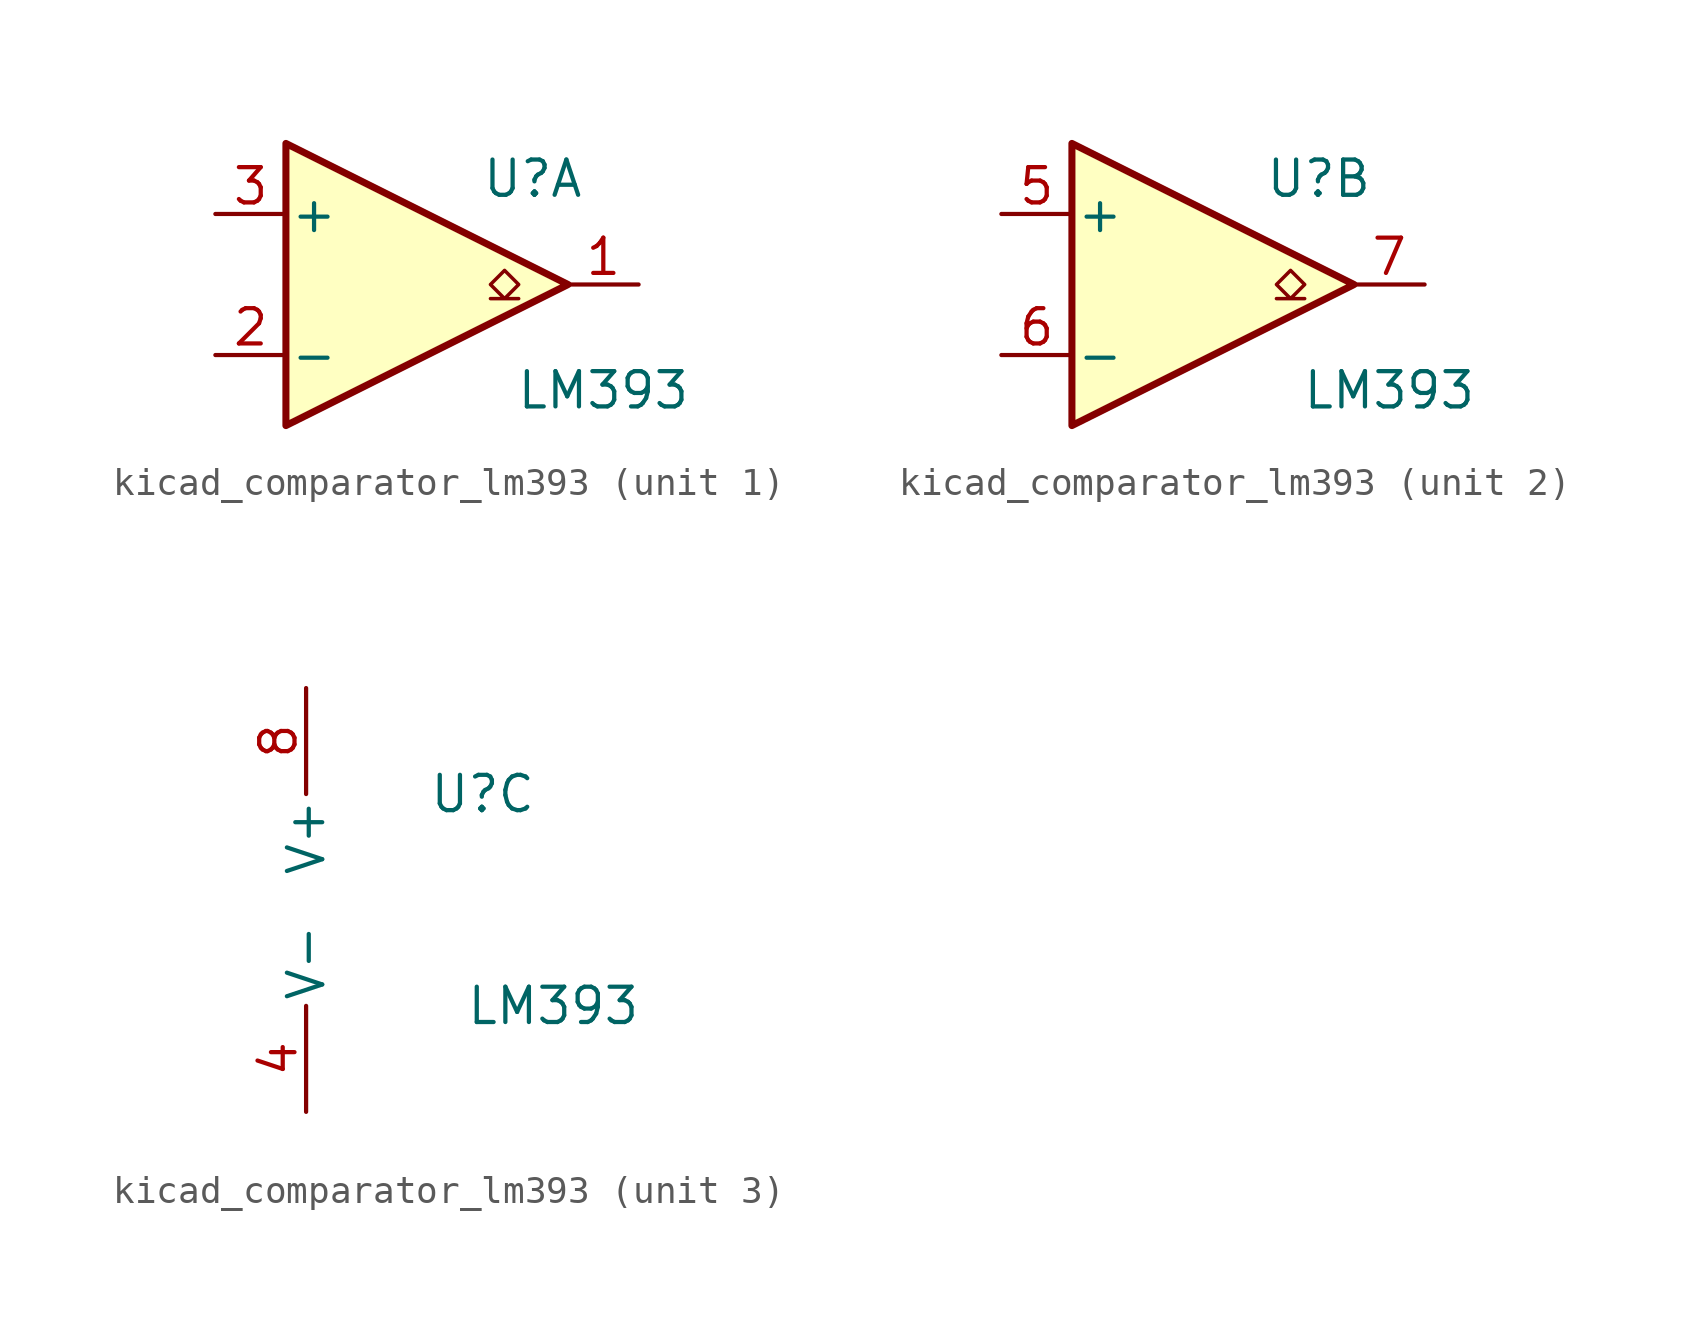
<source format=kicad_sym>
(kicad_symbol_lib
  (version 20220914)
  (generator kicad_symbol_editor)
  (symbol "kicad_comparator_lm393"
    (pin_names
      (offset 0.127))
    (property "Reference" "U"
      (at 3.81 3.81 0)
      (effects (font (size 1.27 1.27))))
    (property "Value" "LM393"
      (at 6.35 -3.81 0)
      (effects (font (size 1.27 1.27))))
    (property "ki_locked" ""
      (at 0 0 0)
      (effects (font (size 1.27 1.27))))
    (symbol "kicad_comparator_lm393_1_1"
      (polyline (pts (xy -5.08 5.08) (xy 5.08 0) (xy -5.08 -5.08) (xy -5.08 5.08)) (stroke (width 0.254) (type default)) (fill (type background)))
      (polyline (pts (xy 3.302 -0.508) (xy 2.794 -0.508) (xy 3.302 0) (xy 2.794 0.508) (xy 2.286 0) (xy 2.794 -0.508) (xy 2.286 -0.508)) (stroke (width 0.127) (type default)) (fill (type none)))
      (pin open_collector line (at 7.62 0 180) (length 2.54) (name "~" (effects (font (size 1.27 1.27)))) (number "1" (effects (font (size 1.27 1.27)))))
      (pin input line (at -7.62 -2.54 0) (length 2.54) (name "-" (effects (font (size 1.27 1.27)))) (number "2" (effects (font (size 1.27 1.27)))))
      (pin input line (at -7.62 2.54 0) (length 2.54) (name "+" (effects (font (size 1.27 1.27)))) (number "3" (effects (font (size 1.27 1.27))))))
    (symbol "kicad_comparator_lm393_2_1"
      (polyline (pts (xy -5.08 5.08) (xy 5.08 0) (xy -5.08 -5.08) (xy -5.08 5.08)) (stroke (width 0.254) (type default)) (fill (type background)))
      (polyline (pts (xy 3.302 -0.508) (xy 2.794 -0.508) (xy 3.302 0) (xy 2.794 0.508) (xy 2.286 0) (xy 2.794 -0.508) (xy 2.286 -0.508)) (stroke (width 0.127) (type default)) (fill (type none)))
      (pin input line (at -7.62 2.54 0) (length 2.54) (name "+" (effects (font (size 1.27 1.27)))) (number "5" (effects (font (size 1.27 1.27)))))
      (pin input line (at -7.62 -2.54 0) (length 2.54) (name "-" (effects (font (size 1.27 1.27)))) (number "6" (effects (font (size 1.27 1.27)))))
      (pin open_collector line (at 7.62 0 180) (length 2.54) (name "~" (effects (font (size 1.27 1.27)))) (number "7" (effects (font (size 1.27 1.27))))))
    (symbol "kicad_comparator_lm393_3_1"
      (pin power_in line (at -2.54 -7.62 90) (length 3.81) (name "V-" (effects (font (size 1.27 1.27)))) (number "4" (effects (font (size 1.27 1.27)))))
      (pin power_in line (at -2.54 7.62 270) (length 3.81) (name "V+" (effects (font (size 1.27 1.27)))) (number "8" (effects (font (size 1.27 1.27))))))))
</source>
